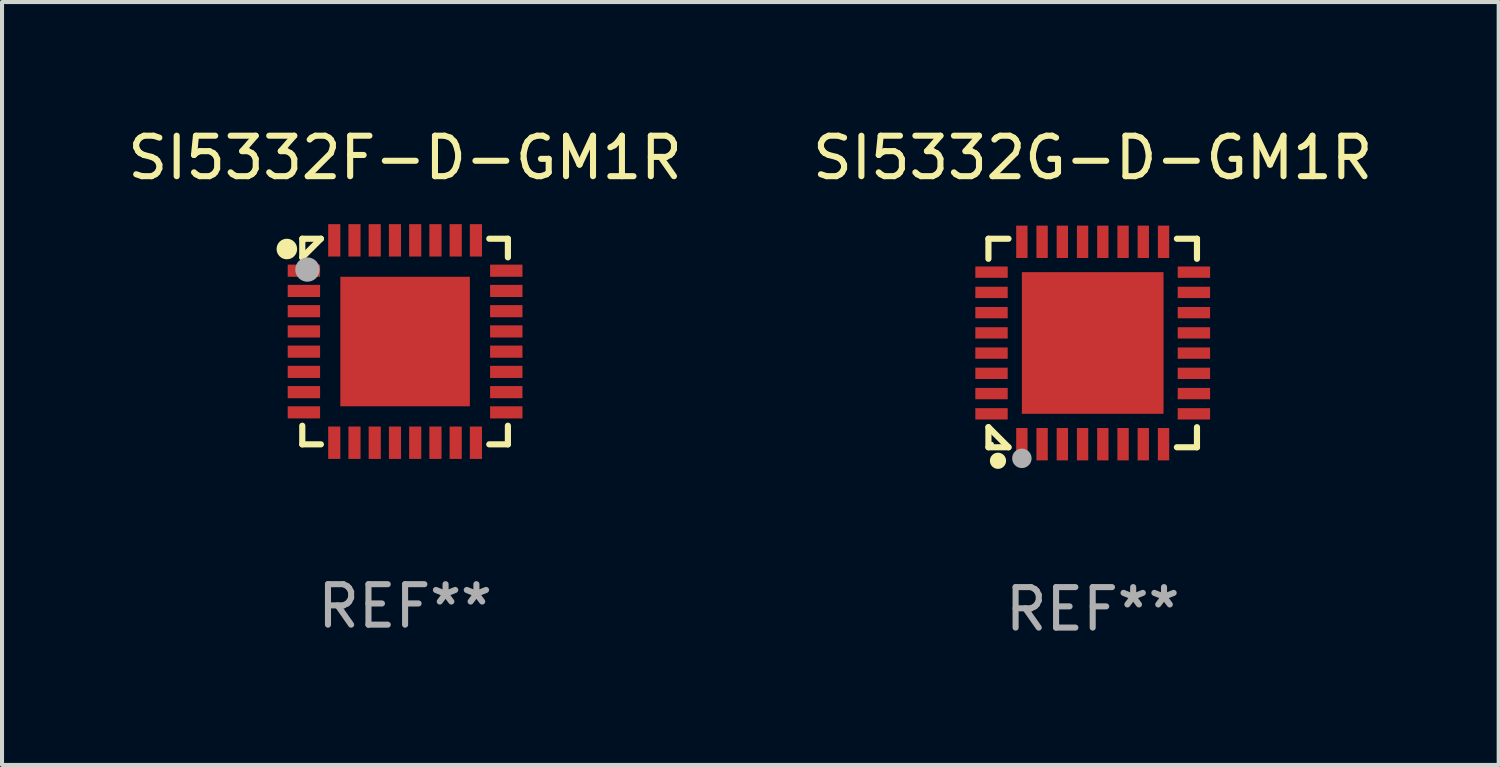
<source format=kicad_pcb>
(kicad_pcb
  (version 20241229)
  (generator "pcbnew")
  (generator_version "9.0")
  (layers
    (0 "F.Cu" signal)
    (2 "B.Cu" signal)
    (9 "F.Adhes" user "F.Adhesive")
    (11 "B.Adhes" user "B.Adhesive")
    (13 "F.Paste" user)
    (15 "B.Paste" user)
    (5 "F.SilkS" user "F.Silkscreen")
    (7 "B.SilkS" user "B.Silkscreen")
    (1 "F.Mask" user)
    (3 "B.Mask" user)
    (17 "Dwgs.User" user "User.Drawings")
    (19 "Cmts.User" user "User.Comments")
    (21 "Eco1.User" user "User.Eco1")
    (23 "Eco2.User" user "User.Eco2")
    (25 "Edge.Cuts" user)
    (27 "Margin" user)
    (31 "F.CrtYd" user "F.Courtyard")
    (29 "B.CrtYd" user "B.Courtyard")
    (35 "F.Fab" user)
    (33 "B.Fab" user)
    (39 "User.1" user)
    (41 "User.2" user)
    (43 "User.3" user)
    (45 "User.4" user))
  (footprint "SI5332F-D-GM1R"
    (layer "F.Cu")
    (at 6.958 5.388)
    (property "Reference" "SI5332F-D-GM1R" (at 0 -4.54 0) (layer "F.SilkS") (effects (font (size 1 1) (thickness 0.15))))
    (attr through_hole)
    (fp_line (start -2.54 -2.54) (end -2.08 -2.54) (stroke (width 0.152) (type solid)) (layer "F.SilkS"))
    (fp_line (start -2.54 -2.08) (end -2.54 -2.54) (stroke (width 0.152) (type solid)) (layer "F.SilkS"))
    (fp_line (start -2.54 -2.08) (end -2.08 -2.54) (stroke (width 0.152) (type solid)) (layer "F.SilkS"))
    (fp_line (start -2.54 2.54) (end -2.54 2.08) (stroke (width 0.152) (type solid)) (layer "F.SilkS"))
    (fp_line (start -2.08 2.54) (end -2.54 2.54) (stroke (width 0.152) (type solid)) (layer "F.SilkS"))
    (fp_line (start 2.08 -2.54) (end 2.54 -2.54) (stroke (width 0.152) (type solid)) (layer "F.SilkS"))
    (fp_line (start 2.54 -2.54) (end 2.54 -2.08) (stroke (width 0.152) (type solid)) (layer "F.SilkS"))
    (fp_line (start 2.54 2.08) (end 2.54 2.54) (stroke (width 0.152) (type solid)) (layer "F.SilkS"))
    (fp_line (start 2.54 2.54) (end 2.08 2.54) (stroke (width 0.152) (type solid)) (layer "F.SilkS"))
    (fp_circle (center -2.921 -2.286) (end -2.794 -2.286) (stroke (width 0.254) (type solid)) (fill no) (layer "F.SilkS"))
    (fp_circle (center -2.5 -2.5) (end -2.47 -2.5) (stroke (width 0.06) (type solid)) (fill no) (layer "F.SilkS"))
    (fp_circle (center -2.413 -1.778) (end -2.263 -1.778) (stroke (width 0.3) (type solid)) (fill no) (layer "F.Fab"))
    (fp_text user "REF**" (at 0 6.54 0) (layer "F.Fab") (effects (font (size 1 1) (thickness 0.15))))
    (pad "1" smd rect (at -2.5 -1.75 90) (size 0.3 0.8) (layers "F.Cu" "F.Mask" "F.Paste"))
    (pad "2" smd rect (at -2.5 -1.25 90) (size 0.3 0.8) (layers "F.Cu" "F.Mask" "F.Paste"))
    (pad "3" smd rect (at -2.5 -0.75 90) (size 0.3 0.8) (layers "F.Cu" "F.Mask" "F.Paste"))
    (pad "4" smd rect (at -2.5 -0.25 90) (size 0.3 0.8) (layers "F.Cu" "F.Mask" "F.Paste"))
    (pad "5" smd rect (at -2.5 0.25 90) (size 0.3 0.8) (layers "F.Cu" "F.Mask" "F.Paste"))
    (pad "6" smd rect (at -2.5 0.75 90) (size 0.3 0.8) (layers "F.Cu" "F.Mask" "F.Paste"))
    (pad "7" smd rect (at -2.5 1.25 90) (size 0.3 0.8) (layers "F.Cu" "F.Mask" "F.Paste"))
    (pad "8" smd rect (at -2.5 1.75 90) (size 0.3 0.8) (layers "F.Cu" "F.Mask" "F.Paste"))
    (pad "9" smd rect (at -1.75 2.5 180) (size 0.3 0.8) (layers "F.Cu" "F.Mask" "F.Paste"))
    (pad "10" smd rect (at -1.25 2.5 180) (size 0.3 0.8) (layers "F.Cu" "F.Mask" "F.Paste"))
    (pad "11" smd rect (at -0.75 2.5 180) (size 0.3 0.8) (layers "F.Cu" "F.Mask" "F.Paste"))
    (pad "12" smd rect (at -0.25 2.5 180) (size 0.3 0.8) (layers "F.Cu" "F.Mask" "F.Paste"))
    (pad "13" smd rect (at 0.25 2.5 180) (size 0.3 0.8) (layers "F.Cu" "F.Mask" "F.Paste"))
    (pad "14" smd rect (at 0.75 2.5 180) (size 0.3 0.8) (layers "F.Cu" "F.Mask" "F.Paste"))
    (pad "15" smd rect (at 1.25 2.5 180) (size 0.3 0.8) (layers "F.Cu" "F.Mask" "F.Paste"))
    (pad "16" smd rect (at 1.75 2.5 180) (size 0.3 0.8) (layers "F.Cu" "F.Mask" "F.Paste"))
    (pad "17" smd rect (at 2.5 1.75 270) (size 0.3 0.8) (layers "F.Cu" "F.Mask" "F.Paste"))
    (pad "18" smd rect (at 2.5 1.25 270) (size 0.3 0.8) (layers "F.Cu" "F.Mask" "F.Paste"))
    (pad "19" smd rect (at 2.5 0.75 270) (size 0.3 0.8) (layers "F.Cu" "F.Mask" "F.Paste"))
    (pad "20" smd rect (at 2.5 0.25 270) (size 0.3 0.8) (layers "F.Cu" "F.Mask" "F.Paste"))
    (pad "21" smd rect (at 2.5 -0.25 270) (size 0.3 0.8) (layers "F.Cu" "F.Mask" "F.Paste"))
    (pad "22" smd rect (at 2.5 -0.75 270) (size 0.3 0.8) (layers "F.Cu" "F.Mask" "F.Paste"))
    (pad "23" smd rect (at 2.5 -1.25 270) (size 0.3 0.8) (layers "F.Cu" "F.Mask" "F.Paste"))
    (pad "24" smd rect (at 2.5 -1.75 270) (size 0.3 0.8) (layers "F.Cu" "F.Mask" "F.Paste"))
    (pad "25" smd rect (at 1.75 -2.5) (size 0.3 0.8) (layers "F.Cu" "F.Mask" "F.Paste"))
    (pad "26" smd rect (at 1.25 -2.5) (size 0.3 0.8) (layers "F.Cu" "F.Mask" "F.Paste"))
    (pad "27" smd rect (at 0.75 -2.5) (size 0.3 0.8) (layers "F.Cu" "F.Mask" "F.Paste"))
    (pad "28" smd rect (at 0.25 -2.5) (size 0.3 0.8) (layers "F.Cu" "F.Mask" "F.Paste"))
    (pad "29" smd rect (at -0.25 -2.5) (size 0.3 0.8) (layers "F.Cu" "F.Mask" "F.Paste"))
    (pad "30" smd rect (at -0.75 -2.5) (size 0.3 0.8) (layers "F.Cu" "F.Mask" "F.Paste"))
    (pad "31" smd rect (at -1.25 -2.5) (size 0.3 0.8) (layers "F.Cu" "F.Mask" "F.Paste"))
    (pad "32" smd rect (at -1.75 -2.5) (size 0.3 0.8) (layers "F.Cu" "F.Mask" "F.Paste"))
    (pad "33" smd rect (at 0 0 90) (size 3.2 3.2) (layers "F.Cu" "F.Mask" "F.Paste")))
  (footprint "SI5332G-D-GM1R"
    (layer "F.Cu")
    (at 23.946 5.424)
    (property "Reference" "SI5332G-D-GM1R" (at 0 -4.576 0) (layer "F.SilkS") (effects (font (size 1 1) (thickness 0.15))))
    (attr through_hole)
    (fp_line (start -2.576 -2.576) (end -2.08 -2.576) (stroke (width 0.152) (type solid)) (layer "F.SilkS"))
    (fp_line (start -2.576 -2.08) (end -2.576 -2.576) (stroke (width 0.152) (type solid)) (layer "F.SilkS"))
    (fp_line (start -2.576 2.08) (end -2.576 2.576) (stroke (width 0.152) (type solid)) (layer "F.SilkS"))
    (fp_line (start -2.576 2.08) (end -2.08 2.576) (stroke (width 0.152) (type solid)) (layer "F.SilkS"))
    (fp_line (start -2.576 2.576) (end -2.08 2.576) (stroke (width 0.152) (type solid)) (layer "F.SilkS"))
    (fp_line (start 2.576 -2.576) (end 2.08 -2.576) (stroke (width 0.152) (type solid)) (layer "F.SilkS"))
    (fp_line (start 2.576 -2.08) (end 2.576 -2.576) (stroke (width 0.152) (type solid)) (layer "F.SilkS"))
    (fp_line (start 2.576 2.08) (end 2.576 2.576) (stroke (width 0.152) (type solid)) (layer "F.SilkS"))
    (fp_line (start 2.576 2.576) (end 2.08 2.576) (stroke (width 0.152) (type solid)) (layer "F.SilkS"))
    (fp_circle (center -2.5 2.5) (end -2.47 2.5) (stroke (width 0.06) (type solid)) (fill no) (layer "F.SilkS"))
    (fp_circle (center -2.34 2.91) (end -2.24 2.91) (stroke (width 0.2) (type solid)) (fill no) (layer "F.SilkS"))
    (fp_circle (center -1.75 2.85) (end -1.63 2.85) (stroke (width 0.24) (type solid)) (fill no) (layer "F.Fab"))
    (fp_text user "REF**" (at 0 6.576 0) (layer "F.Fab") (effects (font (size 1 1) (thickness 0.15))))
    (pad "1" smd rect (at -1.75 2.5) (size 0.28 0.8) (layers "F.Cu" "F.Mask" "F.Paste"))
    (pad "2" smd rect (at -1.25 2.5) (size 0.28 0.8) (layers "F.Cu" "F.Mask" "F.Paste"))
    (pad "3" smd rect (at -0.75 2.5) (size 0.28 0.8) (layers "F.Cu" "F.Mask" "F.Paste"))
    (pad "4" smd rect (at -0.25 2.5) (size 0.28 0.8) (layers "F.Cu" "F.Mask" "F.Paste"))
    (pad "5" smd rect (at 0.25 2.5) (size 0.28 0.8) (layers "F.Cu" "F.Mask" "F.Paste"))
    (pad "6" smd rect (at 0.75 2.5) (size 0.28 0.8) (layers "F.Cu" "F.Mask" "F.Paste"))
    (pad "7" smd rect (at 1.25 2.5) (size 0.28 0.8) (layers "F.Cu" "F.Mask" "F.Paste"))
    (pad "8" smd rect (at 1.75 2.5) (size 0.28 0.8) (layers "F.Cu" "F.Mask" "F.Paste"))
    (pad "9" smd rect (at 2.5 1.75) (size 0.8 0.28) (layers "F.Cu" "F.Mask" "F.Paste"))
    (pad "10" smd rect (at 2.5 1.25) (size 0.8 0.28) (layers "F.Cu" "F.Mask" "F.Paste"))
    (pad "11" smd rect (at 2.5 0.75) (size 0.8 0.28) (layers "F.Cu" "F.Mask" "F.Paste"))
    (pad "12" smd rect (at 2.5 0.25) (size 0.8 0.28) (layers "F.Cu" "F.Mask" "F.Paste"))
    (pad "13" smd rect (at 2.5 -0.25) (size 0.8 0.28) (layers "F.Cu" "F.Mask" "F.Paste"))
    (pad "14" smd rect (at 2.5 -0.75) (size 0.8 0.28) (layers "F.Cu" "F.Mask" "F.Paste"))
    (pad "15" smd rect (at 2.5 -1.25) (size 0.8 0.28) (layers "F.Cu" "F.Mask" "F.Paste"))
    (pad "16" smd rect (at 2.5 -1.75) (size 0.8 0.28) (layers "F.Cu" "F.Mask" "F.Paste"))
    (pad "17" smd rect (at 1.75 -2.5) (size 0.28 0.8) (layers "F.Cu" "F.Mask" "F.Paste"))
    (pad "18" smd rect (at 1.25 -2.5) (size 0.28 0.8) (layers "F.Cu" "F.Mask" "F.Paste"))
    (pad "19" smd rect (at 0.75 -2.5) (size 0.28 0.8) (layers "F.Cu" "F.Mask" "F.Paste"))
    (pad "20" smd rect (at 0.25 -2.5) (size 0.28 0.8) (layers "F.Cu" "F.Mask" "F.Paste"))
    (pad "21" smd rect (at -0.25 -2.5) (size 0.28 0.8) (layers "F.Cu" "F.Mask" "F.Paste"))
    (pad "22" smd rect (at -0.75 -2.5) (size 0.28 0.8) (layers "F.Cu" "F.Mask" "F.Paste"))
    (pad "23" smd rect (at -1.25 -2.5) (size 0.28 0.8) (layers "F.Cu" "F.Mask" "F.Paste"))
    (pad "24" smd rect (at -1.75 -2.5) (size 0.28 0.8) (layers "F.Cu" "F.Mask" "F.Paste"))
    (pad "25" smd rect (at -2.5 -1.75) (size 0.8 0.28) (layers "F.Cu" "F.Mask" "F.Paste"))
    (pad "26" smd rect (at -2.5 -1.25) (size 0.8 0.28) (layers "F.Cu" "F.Mask" "F.Paste"))
    (pad "27" smd rect (at -2.5 -0.75) (size 0.8 0.28) (layers "F.Cu" "F.Mask" "F.Paste"))
    (pad "28" smd rect (at -2.5 -0.25) (size 0.8 0.28) (layers "F.Cu" "F.Mask" "F.Paste"))
    (pad "29" smd rect (at -2.5 0.25) (size 0.8 0.28) (layers "F.Cu" "F.Mask" "F.Paste"))
    (pad "30" smd rect (at -2.5 0.75) (size 0.8 0.28) (layers "F.Cu" "F.Mask" "F.Paste"))
    (pad "31" smd rect (at -2.5 1.25) (size 0.8 0.28) (layers "F.Cu" "F.Mask" "F.Paste"))
    (pad "32" smd rect (at -2.5 1.75) (size 0.8 0.28) (layers "F.Cu" "F.Mask" "F.Paste"))
    (pad "33" smd rect (at 0 0) (size 3.5 3.5) (layers "F.Cu" "F.Mask" "F.Paste")))
  (gr_rect
    (start -3 -3)
    (end 33.976 15.849)
    (stroke (width 0.1) (type default))
    (fill no)
    (layer "Edge.Cuts")))
</source>
